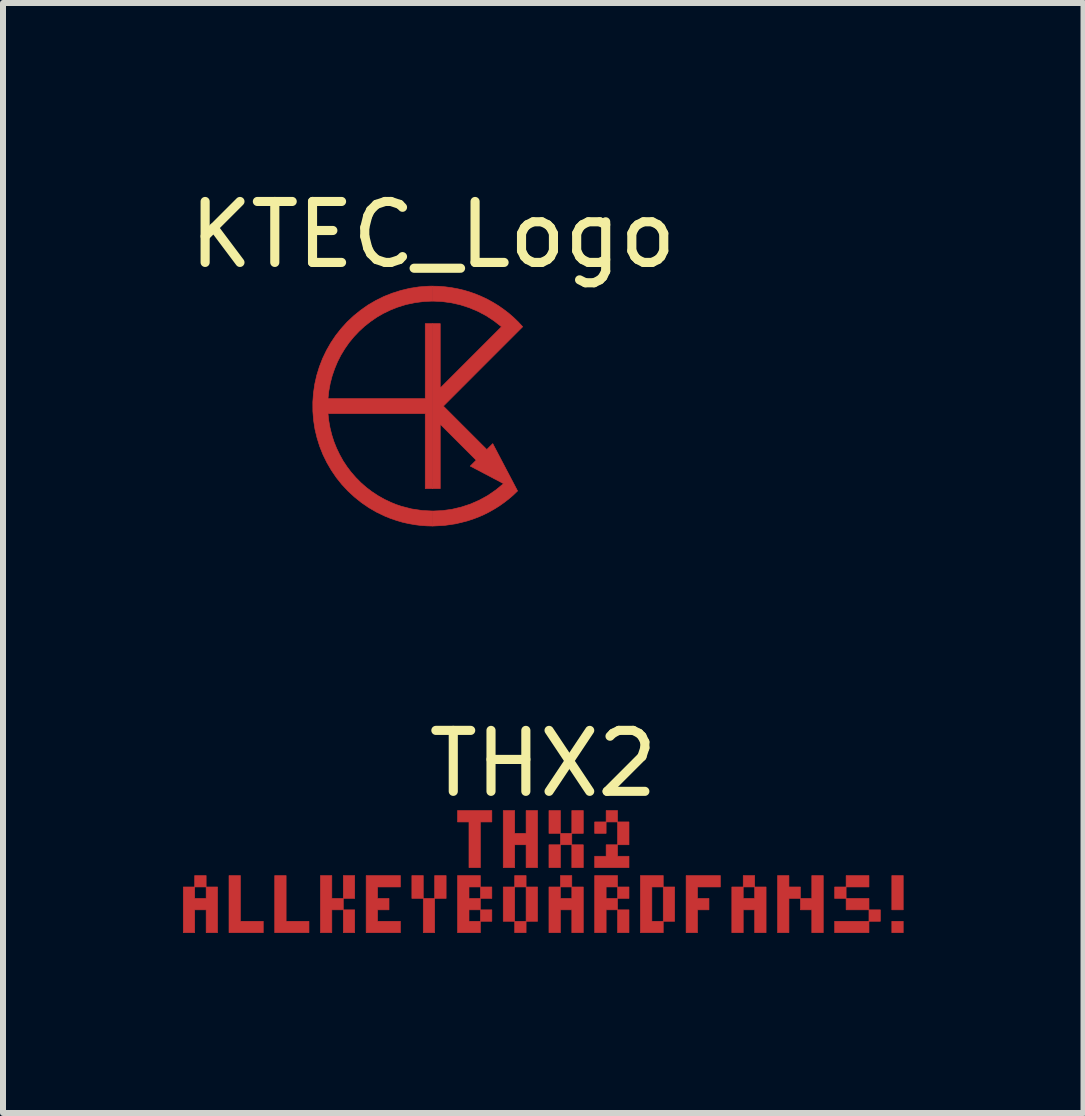
<source format=kicad_pcb>
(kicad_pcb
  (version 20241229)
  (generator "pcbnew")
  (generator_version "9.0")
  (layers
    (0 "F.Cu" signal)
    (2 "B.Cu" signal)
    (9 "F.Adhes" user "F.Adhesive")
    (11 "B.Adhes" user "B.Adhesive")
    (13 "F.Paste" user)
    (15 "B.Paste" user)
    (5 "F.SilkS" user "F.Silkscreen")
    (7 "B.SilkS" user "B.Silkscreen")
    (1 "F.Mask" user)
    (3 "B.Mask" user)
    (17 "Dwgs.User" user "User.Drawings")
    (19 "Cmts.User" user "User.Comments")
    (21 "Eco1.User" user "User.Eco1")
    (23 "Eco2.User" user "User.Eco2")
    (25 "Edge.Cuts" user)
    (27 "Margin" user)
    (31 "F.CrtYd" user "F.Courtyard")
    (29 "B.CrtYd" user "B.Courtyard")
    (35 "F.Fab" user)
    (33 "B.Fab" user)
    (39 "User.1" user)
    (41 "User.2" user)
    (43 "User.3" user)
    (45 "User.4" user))
  (footprint "KTEC_Logo"
    (layer "F.Cu")
    (at 4.167 3.719)
    (property "Reference" "KTEC_Logo" (at 0 -2.857 0) (layer "F.SilkS") (effects (font (size 1.016 1.016) (thickness 0.152))))
    (attr through_hole)
    (fp_poly (pts (xy -0.004 -1.999) (xy -0.004 -1.75) (xy 0.152 -1.743) (xy 0.306 -1.722) (xy 0.457 -1.688) (xy 0.605 -1.64) (xy 0.748 -1.58) (xy 0.886 -1.507) (xy 1.017 -1.421) (xy 1.142 -1.323) (xy 0.121 -0.302) (xy 0.121 -1.375) (xy -0.004 -1.375) (xy -0.004 1.375) (xy 0.121 1.375) (xy 0.121 0.302) (xy 0.72 0.901) (xy 0.621 1) (xy 1.176 1.292) (xy 1.049 1.397) (xy 0.914 1.49) (xy 0.772 1.568) (xy 0.624 1.633) (xy 0.472 1.683) (xy 0.315 1.72) (xy 0.156 1.742) (xy -0.004 1.749) (xy -0.004 1.999) (xy 0.19 1.989) (xy 0.382 1.961) (xy 0.571 1.914) (xy 0.663 1.884) (xy 0.754 1.85) (xy 0.844 1.811) (xy 0.932 1.767) (xy 1.017 1.719) (xy 1.101 1.667) (xy 1.182 1.61) (xy 1.261 1.549) (xy 1.337 1.484) (xy 1.41 1.414) (xy 0.996 0.625) (xy 0.897 0.724) (xy 0.173 0.000003) (xy 1.495 -1.323) (xy 1.421 -1.403) (xy 1.343 -1.478) (xy 1.262 -1.548) (xy 1.177 -1.613) (xy 1.09 -1.674) (xy 1 -1.729) (xy 0.907 -1.78) (xy 0.812 -1.825) (xy 0.715 -1.866) (xy 0.616 -1.901) (xy 0.515 -1.931) (xy 0.413 -1.955) (xy 0.31 -1.974) (xy 0.206 -1.988) (xy 0.101 -1.997) (xy -0.004 -1.999)) (stroke (width 0.01) (type solid)) (fill yes) (layer "F.Cu"))
    (fp_poly (pts (xy -0.004 -1.999) (xy -0.031 -2) (xy -0.086 -1.998) (xy -0.235 -1.987) (xy -0.383 -1.964) (xy -0.531 -1.929) (xy -0.677 -1.883) (xy -0.819 -1.827) (xy -0.954 -1.76) (xy -1.084 -1.684) (xy -1.206 -1.598) (xy -1.321 -1.505) (xy -1.429 -1.404) (xy -1.528 -1.295) (xy -1.62 -1.179) (xy -1.702 -1.057) (xy -1.775 -0.929) (xy -1.839 -0.796) (xy -1.893 -0.657) (xy -1.937 -0.515) (xy -1.97 -0.369) (xy -1.992 -0.219) (xy -2.003 -0.066) (xy -2.002 0.087) (xy -1.99 0.237) (xy -1.967 0.386) (xy -1.932 0.531) (xy -1.888 0.672) (xy -1.833 0.81) (xy -1.768 0.942) (xy -1.694 1.069) (xy -1.611 1.191) (xy -1.519 1.306) (xy -1.418 1.414) (xy -1.309 1.515) (xy -1.193 1.608) (xy -1.069 1.693) (xy -0.938 1.769) (xy -0.8 1.835) (xy -0.703 1.874) (xy -0.605 1.907) (xy -0.506 1.936) (xy -0.407 1.958) (xy -0.306 1.976) (xy -0.206 1.989) (xy -0.105 1.996) (xy -0.004 1.999) (xy -0.004 1.749) (xy -0.181 1.74) (xy -0.356 1.714) (xy -0.53 1.669) (xy -0.616 1.64) (xy -0.701 1.605) (xy -0.811 1.553) (xy -0.917 1.493) (xy -1.017 1.427) (xy -1.112 1.355) (xy -1.202 1.276) (xy -1.285 1.192) (xy -1.363 1.103) (xy -1.434 1.009) (xy -1.499 0.911) (xy -1.556 0.808) (xy -1.607 0.702) (xy -1.651 0.592) (xy -1.687 0.479) (xy -1.716 0.363) (xy -1.737 0.245) (xy -1.75 0.125) (xy -0.129 0.125) (xy -0.129 1.375) (xy -0.004 1.375) (xy -0.004 -1.375) (xy -0.129 -1.375) (xy -0.129 -0.125) (xy -1.75 -0.125) (xy -1.736 -0.253) (xy -1.713 -0.379) (xy -1.681 -0.502) (xy -1.64 -0.621) (xy -1.592 -0.737) (xy -1.535 -0.849) (xy -1.47 -0.956) (xy -1.399 -1.058) (xy -1.32 -1.154) (xy -1.234 -1.245) (xy -1.142 -1.33) (xy -1.043 -1.408) (xy -0.939 -1.48) (xy -0.829 -1.544) (xy -0.713 -1.6) (xy -0.593 -1.648) (xy -0.449 -1.693) (xy -0.303 -1.724) (xy -0.157 -1.743) (xy -0.011 -1.75) (xy -0.004 -1.75) (xy -0.004 -1.999)) (stroke (width 0.01) (type solid)) (fill yes) (layer "F.Cu"))
    (fp_poly (pts (xy -0.004 -2.093) (xy -0.004 -1.657) (xy 0.131 -1.651) (xy 0.264 -1.634) (xy 0.395 -1.606) (xy 0.524 -1.567) (xy 0.649 -1.518) (xy 0.77 -1.459) (xy 0.887 -1.39) (xy 0.998 -1.311) (xy 0.214 -0.527) (xy 0.214 -1.375) (xy 0.207 -1.411) (xy 0.187 -1.441) (xy 0.157 -1.461) (xy 0.121 -1.468) (xy -0.004 -1.468) (xy -0.004 1.468) (xy 0.121 1.468) (xy 0.157 1.461) (xy 0.187 1.441) (xy 0.207 1.411) (xy 0.214 1.375) (xy 0.214 0.527) (xy 0.588 0.901) (xy 0.555 0.934) (xy 0.541 0.951) (xy 0.532 0.971) (xy 0.528 0.992) (xy 0.529 1.014) (xy 0.534 1.035) (xy 0.545 1.054) (xy 0.559 1.07) (xy 0.577 1.083) (xy 1.006 1.308) (xy 0.893 1.387) (xy 0.775 1.457) (xy 0.653 1.517) (xy 0.526 1.566) (xy 0.397 1.604) (xy 0.265 1.632) (xy 0.131 1.649) (xy -0.004 1.655) (xy -0.004 2.092) (xy 0.098 2.089) (xy 0.199 2.082) (xy 0.3 2.07) (xy 0.4 2.052) (xy 0.5 2.03) (xy 0.598 2.004) (xy 0.695 1.972) (xy 0.79 1.936) (xy 0.884 1.895) (xy 0.975 1.85) (xy 1.065 1.799) (xy 1.152 1.745) (xy 1.237 1.685) (xy 1.32 1.621) (xy 1.399 1.553) (xy 1.476 1.48) (xy 1.493 1.456) (xy 1.502 1.428) (xy 1.502 1.399) (xy 1.493 1.371) (xy 1.079 0.582) (xy 1.066 0.564) (xy 1.05 0.549) (xy 1.031 0.539) (xy 1.01 0.533) (xy 0.988 0.532) (xy 0.967 0.536) (xy 0.947 0.545) (xy 0.93 0.559) (xy 0.897 0.592) (xy 0.305 0.000019) (xy 1.561 -1.257) (xy 1.581 -1.286) (xy 1.589 -1.32) (xy 1.583 -1.354) (xy 1.565 -1.385) (xy 1.488 -1.468) (xy 1.406 -1.547) (xy 1.321 -1.62) (xy 1.232 -1.689) (xy 1.141 -1.752) (xy 1.047 -1.81) (xy 0.95 -1.863) (xy 0.85 -1.91) (xy 0.749 -1.953) (xy 0.645 -1.989) (xy 0.54 -2.021) (xy 0.433 -2.046) (xy 0.325 -2.067) (xy 0.216 -2.081) (xy 0.106 -2.09) (xy -0.004 -2.093)) (stroke (width 0.01) (type solid)) (fill yes) (layer "F.Mask"))
    (fp_poly (pts (xy -0.004 -2.093) (xy -0.032 -2.093) (xy -0.032 -2.093) (xy -0.09 -2.092) (xy -0.246 -2.079) (xy -0.401 -2.055) (xy -0.555 -2.019) (xy -0.708 -1.971) (xy -0.857 -1.912) (xy -0.999 -1.842) (xy -1.134 -1.762) (xy -1.262 -1.673) (xy -1.383 -1.575) (xy -1.495 -1.469) (xy -1.599 -1.355) (xy -1.695 -1.234) (xy -1.781 -1.106) (xy -1.858 -0.972) (xy -1.925 -0.833) (xy -1.981 -0.688) (xy -2.027 -0.539) (xy -2.062 -0.386) (xy -2.085 -0.229) (xy -2.096 -0.069) (xy -2.096 0.091) (xy -2.083 0.249) (xy -2.058 0.404) (xy -2.022 0.556) (xy -1.976 0.704) (xy -1.918 0.847) (xy -1.85 0.986) (xy -1.773 1.119) (xy -1.686 1.246) (xy -1.589 1.367) (xy -1.484 1.48) (xy -1.37 1.586) (xy -1.248 1.683) (xy -1.119 1.772) (xy -0.981 1.851) (xy -0.837 1.92) (xy -0.736 1.961) (xy -0.633 1.996) (xy -0.53 2.026) (xy -0.425 2.05) (xy -0.321 2.068) (xy -0.215 2.081) (xy -0.11 2.089) (xy -0.004 2.092) (xy -0.004 1.655) (xy -0.171 1.647) (xy -0.337 1.622) (xy -0.502 1.58) (xy -0.663 1.52) (xy -0.762 1.473) (xy -0.857 1.42) (xy -0.948 1.362) (xy -1.033 1.298) (xy -1.114 1.229) (xy -1.19 1.155) (xy -1.261 1.077) (xy -1.327 0.995) (xy -1.387 0.909) (xy -1.442 0.819) (xy -1.49 0.725) (xy -1.533 0.629) (xy -1.57 0.53) (xy -1.601 0.428) (xy -1.625 0.324) (xy -1.642 0.218) (xy -0.223 0.218) (xy -0.223 1.375) (xy -0.215 1.411) (xy -0.195 1.441) (xy -0.166 1.461) (xy -0.129 1.468) (xy -0.004 1.468) (xy -0.004 -1.468) (xy -0.129 -1.468) (xy -0.166 -1.461) (xy -0.195 -1.441) (xy -0.215 -1.411) (xy -0.223 -1.375) (xy -0.223 -0.218) (xy -1.642 -0.218) (xy -1.623 -0.332) (xy -1.596 -0.443) (xy -1.562 -0.551) (xy -1.522 -0.656) (xy -1.474 -0.758) (xy -1.42 -0.856) (xy -1.359 -0.95) (xy -1.292 -1.039) (xy -1.219 -1.124) (xy -1.141 -1.204) (xy -1.056 -1.279) (xy -0.967 -1.348) (xy -0.873 -1.411) (xy -0.773 -1.467) (xy -0.67 -1.517) (xy -0.561 -1.56) (xy -0.425 -1.602) (xy -0.287 -1.632) (xy -0.149 -1.65) (xy -0.011 -1.657) (xy -0.004 -1.657) (xy -0.004 -2.093)) (stroke (width 0.01) (type solid)) (fill yes) (layer "F.Mask")))
  (footprint "THX2"
    (layer "F.Cu")
    (at 6.005 11.478)
    (property "Reference" "THX2" (at 0 -1.8 0) (layer "F.SilkS") (effects (font (size 1.016 1.016) (thickness 0.152))))
    (attr through_hole)
    (fp_poly (pts (xy -5.81 0.256) (xy -5.81 0.066) (xy -5.619 0.066) (xy -5.619 0.256) (xy -5.81 0.256)) (stroke (width 0.01) (type solid)) (fill yes) (layer "F.Cu"))
    (fp_poly (pts (xy -3.333 0.447) (xy -3.333 0.066) (xy -3.143 0.066) (xy -3.143 0.447) (xy -3.333 0.447)) (stroke (width 0.01) (type solid)) (fill yes) (layer "F.Cu"))
    (fp_poly (pts (xy -3.333 1.018) (xy -3.333 0.637) (xy -3.143 0.637) (xy -3.143 1.018) (xy -3.333 1.018)) (stroke (width 0.01) (type solid)) (fill yes) (layer "F.Cu"))
    (fp_poly (pts (xy -2.19 0.447) (xy -2.19 0.066) (xy -2 0.066) (xy -2 0.447) (xy -2.19 0.447)) (stroke (width 0.01) (type solid)) (fill yes) (layer "F.Cu"))
    (fp_poly (pts (xy -2 1.018) (xy -2 0.447) (xy -1.81 0.447) (xy -1.81 1.018) (xy -2 1.018)) (stroke (width 0.01) (type solid)) (fill yes) (layer "F.Cu"))
    (fp_poly (pts (xy -1.81 0.447) (xy -1.81 0.066) (xy -1.619 0.066) (xy -1.619 0.447) (xy -1.81 0.447)) (stroke (width 0.01) (type solid)) (fill yes) (layer "F.Cu"))
    (fp_poly (pts (xy -1.048 0.447) (xy -1.048 0.256) (xy -0.857 0.256) (xy -0.857 0.447) (xy -1.048 0.447)) (stroke (width 0.01) (type solid)) (fill yes) (layer "F.Cu"))
    (fp_poly (pts (xy -1.048 0.828) (xy -1.048 0.637) (xy -0.857 0.637) (xy -0.857 0.828) (xy -1.048 0.828)) (stroke (width 0.01) (type solid)) (fill yes) (layer "F.Cu"))
    (fp_poly (pts (xy -0.667 0.828) (xy -0.667 0.256) (xy -0.476 0.256) (xy -0.476 0.828) (xy -0.667 0.828)) (stroke (width 0.01) (type solid)) (fill yes) (layer "F.Cu"))
    (fp_poly (pts (xy -0.476 0.256) (xy -0.476 0.066) (xy -0.286 0.066) (xy -0.286 0.256) (xy -0.476 0.256)) (stroke (width 0.01) (type solid)) (fill yes) (layer "F.Cu"))
    (fp_poly (pts (xy -0.476 1.018) (xy -0.476 0.828) (xy -0.286 0.828) (xy -0.286 1.018) (xy -0.476 1.018)) (stroke (width 0.01) (type solid)) (fill yes) (layer "F.Cu"))
    (fp_poly (pts (xy -0.286 0.828) (xy -0.286 0.256) (xy -0.095 0.256) (xy -0.095 0.828) (xy -0.286 0.828)) (stroke (width 0.01) (type solid)) (fill yes) (layer "F.Cu"))
    (fp_poly (pts (xy 0.095 -0.637) (xy 0.095 -1.018) (xy 0.286 -1.018) (xy 0.286 -0.637) (xy 0.095 -0.637)) (stroke (width 0.01) (type solid)) (fill yes) (layer "F.Cu"))
    (fp_poly (pts (xy 0.095 -0.066) (xy 0.095 -0.447) (xy 0.286 -0.447) (xy 0.286 -0.066) (xy 0.095 -0.066)) (stroke (width 0.01) (type solid)) (fill yes) (layer "F.Cu"))
    (fp_poly (pts (xy 0.286 -0.447) (xy 0.286 -0.637) (xy 0.476 -0.637) (xy 0.476 -0.447) (xy 0.286 -0.447)) (stroke (width 0.01) (type solid)) (fill yes) (layer "F.Cu"))
    (fp_poly (pts (xy 0.286 0.256) (xy 0.286 0.066) (xy 0.476 0.066) (xy 0.476 0.256) (xy 0.286 0.256)) (stroke (width 0.01) (type solid)) (fill yes) (layer "F.Cu"))
    (fp_poly (pts (xy 0.476 -0.637) (xy 0.476 -1.018) (xy 0.667 -1.018) (xy 0.667 -0.637) (xy 0.476 -0.637)) (stroke (width 0.01) (type solid)) (fill yes) (layer "F.Cu"))
    (fp_poly (pts (xy 0.476 -0.066) (xy 0.476 -0.447) (xy 0.667 -0.447) (xy 0.667 -0.066) (xy 0.476 -0.066)) (stroke (width 0.01) (type solid)) (fill yes) (layer "F.Cu"))
    (fp_poly (pts (xy 0.857 -0.637) (xy 0.857 -0.828) (xy 1.048 -0.828) (xy 1.048 -0.637) (xy 0.857 -0.637)) (stroke (width 0.01) (type solid)) (fill yes) (layer "F.Cu"))
    (fp_poly (pts (xy 1.048 -0.828) (xy 1.048 -1.018) (xy 1.238 -1.018) (xy 1.238 -0.828) (xy 1.048 -0.828)) (stroke (width 0.01) (type solid)) (fill yes) (layer "F.Cu"))
    (fp_poly (pts (xy 1.238 -0.447) (xy 1.238 -0.828) (xy 1.429 -0.828) (xy 1.429 -0.447) (xy 1.238 -0.447)) (stroke (width 0.01) (type solid)) (fill yes) (layer "F.Cu"))
    (fp_poly (pts (xy 1.238 0.447) (xy 1.238 0.256) (xy 1.429 0.256) (xy 1.429 0.447) (xy 1.238 0.447)) (stroke (width 0.01) (type solid)) (fill yes) (layer "F.Cu"))
    (fp_poly (pts (xy 1.238 1.018) (xy 1.238 0.637) (xy 1.429 0.637) (xy 1.429 1.018) (xy 1.238 1.018)) (stroke (width 0.01) (type solid)) (fill yes) (layer "F.Cu"))
    (fp_poly (pts (xy 2 0.828) (xy 2 0.256) (xy 2.19 0.256) (xy 2.19 0.828) (xy 2 0.828)) (stroke (width 0.01) (type solid)) (fill yes) (layer "F.Cu"))
    (fp_poly (pts (xy 3.333 0.256) (xy 3.333 0.066) (xy 3.524 0.066) (xy 3.524 0.256) (xy 3.333 0.256)) (stroke (width 0.01) (type solid)) (fill yes) (layer "F.Cu"))
    (fp_poly (pts (xy 4.857 0.447) (xy 4.857 0.256) (xy 5.048 0.256) (xy 5.048 0.447) (xy 4.857 0.447)) (stroke (width 0.01) (type solid)) (fill yes) (layer "F.Cu"))
    (fp_poly (pts (xy 4.857 1.018) (xy 4.857 0.828) (xy 5.429 0.828) (xy 5.429 1.018) (xy 4.857 1.018)) (stroke (width 0.01) (type solid)) (fill yes) (layer "F.Cu"))
    (fp_poly (pts (xy 5.048 0.256) (xy 5.048 0.066) (xy 5.429 0.066) (xy 5.429 0.256) (xy 5.048 0.256)) (stroke (width 0.01) (type solid)) (fill yes) (layer "F.Cu"))
    (fp_poly (pts (xy 5.048 0.637) (xy 5.048 0.447) (xy 5.429 0.447) (xy 5.429 0.637) (xy 5.048 0.637)) (stroke (width 0.01) (type solid)) (fill yes) (layer "F.Cu"))
    (fp_poly (pts (xy 5.429 0.828) (xy 5.429 0.637) (xy 5.619 0.637) (xy 5.619 0.828) (xy 5.429 0.828)) (stroke (width 0.01) (type solid)) (fill yes) (layer "F.Cu"))
    (fp_poly (pts (xy 5.81 0.637) (xy 5.81 0.066) (xy 6 0.066) (xy 6 0.637) (xy 5.81 0.637)) (stroke (width 0.01) (type solid)) (fill yes) (layer "F.Cu"))
    (fp_poly (pts (xy 5.81 1.018) (xy 5.81 0.828) (xy 6 0.828) (xy 6 1.018) (xy 5.81 1.018)) (stroke (width 0.01) (type solid)) (fill yes) (layer "F.Cu"))
    (fp_poly (pts (xy -5.238 1.018) (xy -5.238 0.066) (xy -5.048 0.066) (xy -5.048 0.828) (xy -4.667 0.828) (xy -4.667 1.018) (xy -5.238 1.018)) (stroke (width 0.01) (type solid)) (fill yes) (layer "F.Cu"))
    (fp_poly (pts (xy -4.476 1.018) (xy -4.476 0.066) (xy -4.286 0.066) (xy -4.286 0.828) (xy -3.905 0.828) (xy -3.905 1.018) (xy -4.476 1.018)) (stroke (width 0.01) (type solid)) (fill yes) (layer "F.Cu"))
    (fp_poly (pts (xy -3.714 1.018) (xy -3.714 0.066) (xy -3.524 0.066) (xy -3.524 0.447) (xy -3.333 0.447) (xy -3.333 0.637) (xy -3.524 0.637) (xy -3.524 1.018) (xy -3.714 1.018)) (stroke (width 0.01) (type solid)) (fill yes) (layer "F.Cu"))
    (fp_poly (pts (xy -1.238 -0.066) (xy -1.238 -0.828) (xy -1.429 -0.828) (xy -1.429 -1.018) (xy -0.857 -1.018) (xy -0.857 -0.828) (xy -1.048 -0.828) (xy -1.048 -0.066) (xy -1.238 -0.066)) (stroke (width 0.01) (type solid)) (fill yes) (layer "F.Cu"))
    (fp_poly (pts (xy 0.857 -0.066) (xy 0.857 -0.256) (xy 1.048 -0.256) (xy 1.048 -0.447) (xy 1.238 -0.447) (xy 1.238 -0.256) (xy 1.429 -0.256) (xy 1.429 -0.066) (xy 0.857 -0.066)) (stroke (width 0.01) (type solid)) (fill yes) (layer "F.Cu"))
    (fp_poly (pts (xy 1.619 1.018) (xy 1.619 0.066) (xy 2 0.066) (xy 2 0.256) (xy 1.81 0.256) (xy 1.81 0.828) (xy 2 0.828) (xy 2 1.018) (xy 1.619 1.018)) (stroke (width 0.01) (type solid)) (fill yes) (layer "F.Cu"))
    (fp_poly (pts (xy 3.905 1.018) (xy 3.905 0.066) (xy 4.095 0.066) (xy 4.095 0.256) (xy 4.286 0.256) (xy 4.286 0.447) (xy 4.095 0.447) (xy 4.095 1.018) (xy 3.905 1.018)) (stroke (width 0.01) (type solid)) (fill yes) (layer "F.Cu"))
    (fp_poly (pts (xy 4.476 1.018) (xy 4.476 0.637) (xy 4.286 0.637) (xy 4.286 0.447) (xy 4.476 0.447) (xy 4.476 0.066) (xy 4.667 0.066) (xy 4.667 1.018) (xy 4.476 1.018)) (stroke (width 0.01) (type solid)) (fill yes) (layer "F.Cu"))
    (fp_poly (pts (xy 0.857 1.018) (xy 0.857 0.066) (xy 1.238 0.066) (xy 1.238 0.256) (xy 1.048 0.256) (xy 1.048 0.447) (xy 1.238 0.447) (xy 1.238 0.637) (xy 1.048 0.637) (xy 1.048 1.018) (xy 0.857 1.018)) (stroke (width 0.01) (type solid)) (fill yes) (layer "F.Cu"))
    (fp_poly (pts (xy 2.381 1.018) (xy 2.381 0.066) (xy 2.952 0.066) (xy 2.952 0.256) (xy 2.571 0.256) (xy 2.571 0.447) (xy 2.762 0.447) (xy 2.762 0.637) (xy 2.571 0.637) (xy 2.571 1.018) (xy 2.381 1.018)) (stroke (width 0.01) (type solid)) (fill yes) (layer "F.Cu"))
    (fp_poly (pts (xy -6 1.018) (xy -6 0.256) (xy -5.81 0.256) (xy -5.81 0.447) (xy -5.619 0.447) (xy -5.619 0.256) (xy -5.429 0.256) (xy -5.429 1.018) (xy -5.619 1.018) (xy -5.619 0.637) (xy -5.81 0.637) (xy -5.81 1.018) (xy -6 1.018)) (stroke (width 0.01) (type solid)) (fill yes) (layer "F.Cu"))
    (fp_poly (pts (xy -2.952 1.018) (xy -2.952 0.066) (xy -2.381 0.066) (xy -2.381 0.256) (xy -2.762 0.256) (xy -2.762 0.447) (xy -2.571 0.447) (xy -2.571 0.637) (xy -2.762 0.637) (xy -2.762 0.828) (xy -2.381 0.828) (xy -2.381 1.018) (xy -2.952 1.018)) (stroke (width 0.01) (type solid)) (fill yes) (layer "F.Cu"))
    (fp_poly (pts (xy -1.429 1.018) (xy -1.429 0.066) (xy -1.048 0.066) (xy -1.048 0.256) (xy -1.238 0.256) (xy -1.238 0.447) (xy -1.048 0.447) (xy -1.048 0.637) (xy -1.238 0.637) (xy -1.238 0.828) (xy -1.048 0.828) (xy -1.048 1.018) (xy -1.429 1.018)) (stroke (width 0.01) (type solid)) (fill yes) (layer "F.Cu"))
    (fp_poly (pts (xy -0.667 -0.066) (xy -0.667 -1.018) (xy -0.476 -1.018) (xy -0.476 -0.637) (xy -0.286 -0.637) (xy -0.286 -1.018) (xy -0.095 -1.018) (xy -0.095 -0.066) (xy -0.286 -0.066) (xy -0.286 -0.447) (xy -0.476 -0.447) (xy -0.476 -0.066) (xy -0.667 -0.066)) (stroke (width 0.01) (type solid)) (fill yes) (layer "F.Cu"))
    (fp_poly (pts (xy 0.095 1.018) (xy 0.095 0.256) (xy 0.286 0.256) (xy 0.286 0.447) (xy 0.476 0.447) (xy 0.476 0.256) (xy 0.667 0.256) (xy 0.667 1.018) (xy 0.476 1.018) (xy 0.476 0.637) (xy 0.286 0.637) (xy 0.286 1.018) (xy 0.095 1.018)) (stroke (width 0.01) (type solid)) (fill yes) (layer "F.Cu"))
    (fp_poly (pts (xy 3.143 1.018) (xy 3.143 0.256) (xy 3.333 0.256) (xy 3.333 0.447) (xy 3.524 0.447) (xy 3.524 0.256) (xy 3.714 0.256) (xy 3.714 1.018) (xy 3.524 1.018) (xy 3.524 0.637) (xy 3.333 0.637) (xy 3.333 1.018) (xy 3.143 1.018)) (stroke (width 0.01) (type solid)) (fill yes) (layer "F.Cu")))
  (gr_rect
    (start -3 -3)
    (end 15.01 15.501)
    (stroke (width 0.1) (type default))
    (fill no)
    (layer "Edge.Cuts")))
</source>
